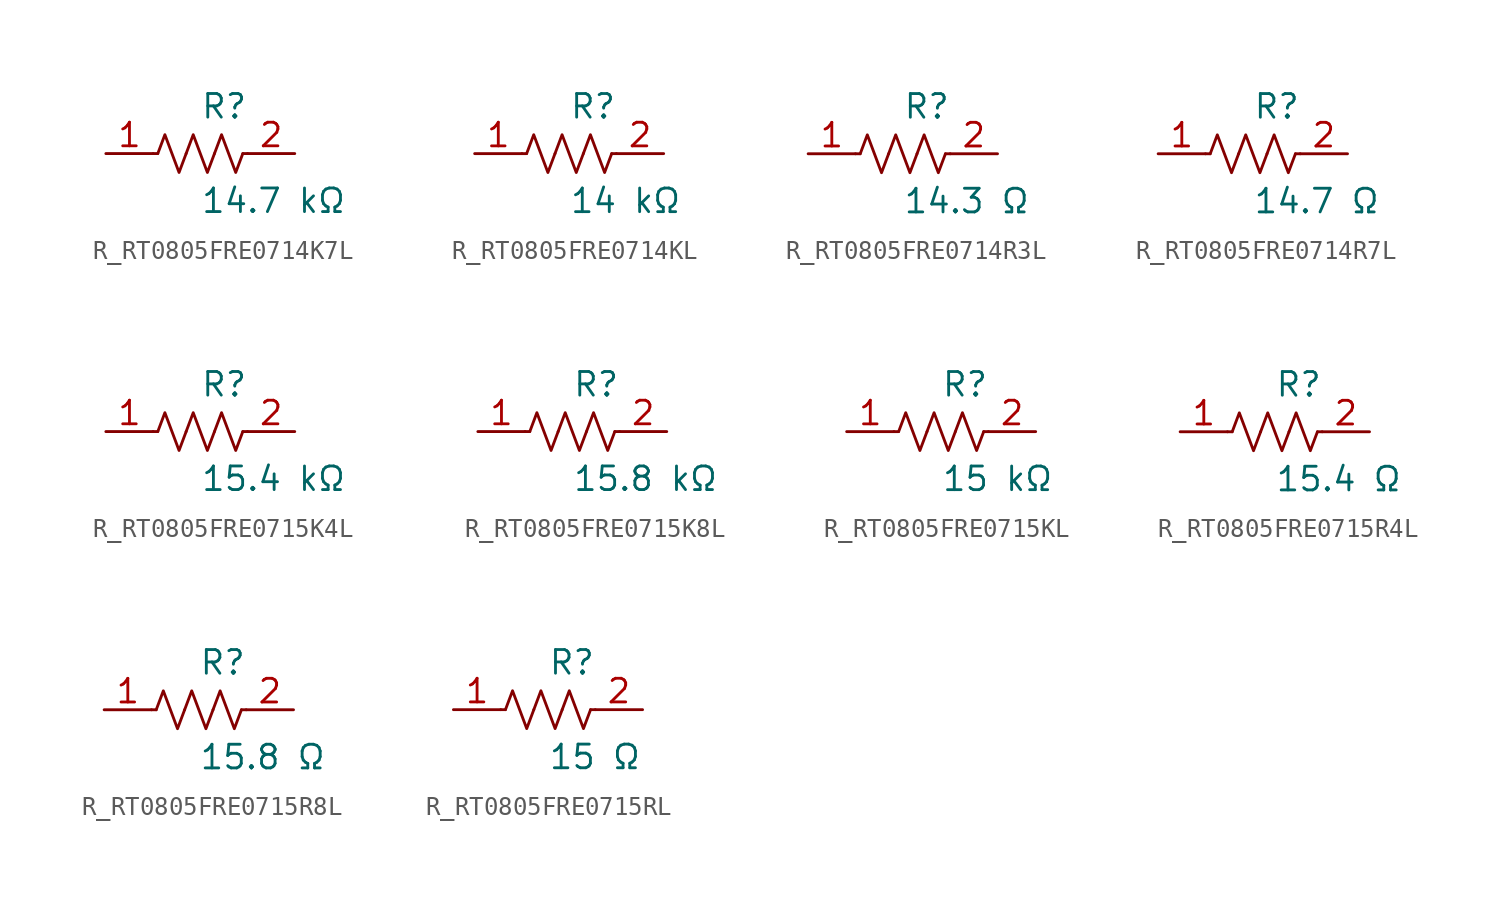
<source format=kicad_sym>
(kicad_symbol_lib
  (version 20231120)
  (generator kicad_symbol_editor)
  (generator_version 8.0)
  (symbol "R_RT0805FRE0714K7L"
    (pin_names
      (offset 0.254))
    (property "Reference" "R"
      (at 0 2.54 0)
      (effects (font (size 1.27 1.27)) (justify left)))
    (property "Value" "14.7 kΩ"
      (at 0 -2.54 0)
      (effects (font (size 1.27 1.27)) (justify left)))
    (symbol "R_RT0805FRE0714K7L_0_1"
      (polyline (pts (xy 2.286 0) (xy 2.54 0)) (stroke (width 0) (type default)) (fill (type none)))
      (polyline (pts (xy -2.286 0) (xy -2.54 0)) (stroke (width 0) (type default)) (fill (type none)))
      (polyline (pts (xy 0.762 0) (xy 1.143 1.016) (xy 1.524 0) (xy 1.905 -1.016) (xy 2.286 0)) (stroke (width 0) (type default)) (fill (type none)))
      (polyline (pts (xy -0.762 0) (xy -0.381 1.016) (xy 0 0) (xy 0.381 -1.016) (xy 0.762 0)) (stroke (width 0) (type default)) (fill (type none)))
      (polyline (pts (xy -2.286 0) (xy -1.905 1.016) (xy -1.524 0) (xy -1.143 -1.016) (xy -0.762 0)) (stroke (width 0) (type default)) (fill (type none))))
    (pin passive line
      (at -5.08 0 0)
      (length 2.54)
      (name "" (effects (font (size 1.27 1.27))))
      (number "1" (effects (font (size 1.27 1.27)))))
    (pin passive line
      (at 5.08 0 180)
      (length 2.54)
      (name "" (effects (font (size 1.27 1.27))))
      (number "2" (effects (font (size 1.27 1.27))))))
  (symbol "R_RT0805FRE0714KL"
    (pin_names
      (offset 0.254))
    (property "Reference" "R"
      (at 0 2.54 0)
      (effects (font (size 1.27 1.27)) (justify left)))
    (property "Value" "14 kΩ"
      (at 0 -2.54 0)
      (effects (font (size 1.27 1.27)) (justify left)))
    (symbol "R_RT0805FRE0714KL_0_1"
      (polyline (pts (xy 2.286 0) (xy 2.54 0)) (stroke (width 0) (type default)) (fill (type none)))
      (polyline (pts (xy -2.286 0) (xy -2.54 0)) (stroke (width 0) (type default)) (fill (type none)))
      (polyline (pts (xy 0.762 0) (xy 1.143 1.016) (xy 1.524 0) (xy 1.905 -1.016) (xy 2.286 0)) (stroke (width 0) (type default)) (fill (type none)))
      (polyline (pts (xy -0.762 0) (xy -0.381 1.016) (xy 0 0) (xy 0.381 -1.016) (xy 0.762 0)) (stroke (width 0) (type default)) (fill (type none)))
      (polyline (pts (xy -2.286 0) (xy -1.905 1.016) (xy -1.524 0) (xy -1.143 -1.016) (xy -0.762 0)) (stroke (width 0) (type default)) (fill (type none))))
    (pin passive line
      (at -5.08 0 0)
      (length 2.54)
      (name "" (effects (font (size 1.27 1.27))))
      (number "1" (effects (font (size 1.27 1.27)))))
    (pin passive line
      (at 5.08 0 180)
      (length 2.54)
      (name "" (effects (font (size 1.27 1.27))))
      (number "2" (effects (font (size 1.27 1.27))))))
  (symbol "R_RT0805FRE0714R3L"
    (pin_names
      (offset 0.254))
    (property "Reference" "R"
      (at 0 2.54 0)
      (effects (font (size 1.27 1.27)) (justify left)))
    (property "Value" "14.3 Ω"
      (at 0 -2.54 0)
      (effects (font (size 1.27 1.27)) (justify left)))
    (symbol "R_RT0805FRE0714R3L_0_1"
      (polyline (pts (xy 2.286 0) (xy 2.54 0)) (stroke (width 0) (type default)) (fill (type none)))
      (polyline (pts (xy -2.286 0) (xy -2.54 0)) (stroke (width 0) (type default)) (fill (type none)))
      (polyline (pts (xy 0.762 0) (xy 1.143 1.016) (xy 1.524 0) (xy 1.905 -1.016) (xy 2.286 0)) (stroke (width 0) (type default)) (fill (type none)))
      (polyline (pts (xy -0.762 0) (xy -0.381 1.016) (xy 0 0) (xy 0.381 -1.016) (xy 0.762 0)) (stroke (width 0) (type default)) (fill (type none)))
      (polyline (pts (xy -2.286 0) (xy -1.905 1.016) (xy -1.524 0) (xy -1.143 -1.016) (xy -0.762 0)) (stroke (width 0) (type default)) (fill (type none))))
    (pin passive line
      (at -5.08 0 0)
      (length 2.54)
      (name "" (effects (font (size 1.27 1.27))))
      (number "1" (effects (font (size 1.27 1.27)))))
    (pin passive line
      (at 5.08 0 180)
      (length 2.54)
      (name "" (effects (font (size 1.27 1.27))))
      (number "2" (effects (font (size 1.27 1.27))))))
  (symbol "R_RT0805FRE0714R7L"
    (pin_names
      (offset 0.254))
    (property "Reference" "R"
      (at 0 2.54 0)
      (effects (font (size 1.27 1.27)) (justify left)))
    (property "Value" "14.7 Ω"
      (at 0 -2.54 0)
      (effects (font (size 1.27 1.27)) (justify left)))
    (symbol "R_RT0805FRE0714R7L_0_1"
      (polyline (pts (xy 2.286 0) (xy 2.54 0)) (stroke (width 0) (type default)) (fill (type none)))
      (polyline (pts (xy -2.286 0) (xy -2.54 0)) (stroke (width 0) (type default)) (fill (type none)))
      (polyline (pts (xy 0.762 0) (xy 1.143 1.016) (xy 1.524 0) (xy 1.905 -1.016) (xy 2.286 0)) (stroke (width 0) (type default)) (fill (type none)))
      (polyline (pts (xy -0.762 0) (xy -0.381 1.016) (xy 0 0) (xy 0.381 -1.016) (xy 0.762 0)) (stroke (width 0) (type default)) (fill (type none)))
      (polyline (pts (xy -2.286 0) (xy -1.905 1.016) (xy -1.524 0) (xy -1.143 -1.016) (xy -0.762 0)) (stroke (width 0) (type default)) (fill (type none))))
    (pin passive line
      (at -5.08 0 0)
      (length 2.54)
      (name "" (effects (font (size 1.27 1.27))))
      (number "1" (effects (font (size 1.27 1.27)))))
    (pin passive line
      (at 5.08 0 180)
      (length 2.54)
      (name "" (effects (font (size 1.27 1.27))))
      (number "2" (effects (font (size 1.27 1.27))))))
  (symbol "R_RT0805FRE0715K4L"
    (pin_names
      (offset 0.254))
    (property "Reference" "R"
      (at 0 2.54 0)
      (effects (font (size 1.27 1.27)) (justify left)))
    (property "Value" "15.4 kΩ"
      (at 0 -2.54 0)
      (effects (font (size 1.27 1.27)) (justify left)))
    (symbol "R_RT0805FRE0715K4L_0_1"
      (polyline (pts (xy 2.286 0) (xy 2.54 0)) (stroke (width 0) (type default)) (fill (type none)))
      (polyline (pts (xy -2.286 0) (xy -2.54 0)) (stroke (width 0) (type default)) (fill (type none)))
      (polyline (pts (xy 0.762 0) (xy 1.143 1.016) (xy 1.524 0) (xy 1.905 -1.016) (xy 2.286 0)) (stroke (width 0) (type default)) (fill (type none)))
      (polyline (pts (xy -0.762 0) (xy -0.381 1.016) (xy 0 0) (xy 0.381 -1.016) (xy 0.762 0)) (stroke (width 0) (type default)) (fill (type none)))
      (polyline (pts (xy -2.286 0) (xy -1.905 1.016) (xy -1.524 0) (xy -1.143 -1.016) (xy -0.762 0)) (stroke (width 0) (type default)) (fill (type none))))
    (pin passive line
      (at -5.08 0 0)
      (length 2.54)
      (name "" (effects (font (size 1.27 1.27))))
      (number "1" (effects (font (size 1.27 1.27)))))
    (pin passive line
      (at 5.08 0 180)
      (length 2.54)
      (name "" (effects (font (size 1.27 1.27))))
      (number "2" (effects (font (size 1.27 1.27))))))
  (symbol "R_RT0805FRE0715K8L"
    (pin_names
      (offset 0.254))
    (property "Reference" "R"
      (at 0 2.54 0)
      (effects (font (size 1.27 1.27)) (justify left)))
    (property "Value" "15.8 kΩ"
      (at 0 -2.54 0)
      (effects (font (size 1.27 1.27)) (justify left)))
    (symbol "R_RT0805FRE0715K8L_0_1"
      (polyline (pts (xy 2.286 0) (xy 2.54 0)) (stroke (width 0) (type default)) (fill (type none)))
      (polyline (pts (xy -2.286 0) (xy -2.54 0)) (stroke (width 0) (type default)) (fill (type none)))
      (polyline (pts (xy 0.762 0) (xy 1.143 1.016) (xy 1.524 0) (xy 1.905 -1.016) (xy 2.286 0)) (stroke (width 0) (type default)) (fill (type none)))
      (polyline (pts (xy -0.762 0) (xy -0.381 1.016) (xy 0 0) (xy 0.381 -1.016) (xy 0.762 0)) (stroke (width 0) (type default)) (fill (type none)))
      (polyline (pts (xy -2.286 0) (xy -1.905 1.016) (xy -1.524 0) (xy -1.143 -1.016) (xy -0.762 0)) (stroke (width 0) (type default)) (fill (type none))))
    (pin passive line
      (at -5.08 0 0)
      (length 2.54)
      (name "" (effects (font (size 1.27 1.27))))
      (number "1" (effects (font (size 1.27 1.27)))))
    (pin passive line
      (at 5.08 0 180)
      (length 2.54)
      (name "" (effects (font (size 1.27 1.27))))
      (number "2" (effects (font (size 1.27 1.27))))))
  (symbol "R_RT0805FRE0715KL"
    (pin_names
      (offset 0.254))
    (property "Reference" "R"
      (at 0 2.54 0)
      (effects (font (size 1.27 1.27)) (justify left)))
    (property "Value" "15 kΩ"
      (at 0 -2.54 0)
      (effects (font (size 1.27 1.27)) (justify left)))
    (symbol "R_RT0805FRE0715KL_0_1"
      (polyline (pts (xy 2.286 0) (xy 2.54 0)) (stroke (width 0) (type default)) (fill (type none)))
      (polyline (pts (xy -2.286 0) (xy -2.54 0)) (stroke (width 0) (type default)) (fill (type none)))
      (polyline (pts (xy 0.762 0) (xy 1.143 1.016) (xy 1.524 0) (xy 1.905 -1.016) (xy 2.286 0)) (stroke (width 0) (type default)) (fill (type none)))
      (polyline (pts (xy -0.762 0) (xy -0.381 1.016) (xy 0 0) (xy 0.381 -1.016) (xy 0.762 0)) (stroke (width 0) (type default)) (fill (type none)))
      (polyline (pts (xy -2.286 0) (xy -1.905 1.016) (xy -1.524 0) (xy -1.143 -1.016) (xy -0.762 0)) (stroke (width 0) (type default)) (fill (type none))))
    (pin passive line
      (at -5.08 0 0)
      (length 2.54)
      (name "" (effects (font (size 1.27 1.27))))
      (number "1" (effects (font (size 1.27 1.27)))))
    (pin passive line
      (at 5.08 0 180)
      (length 2.54)
      (name "" (effects (font (size 1.27 1.27))))
      (number "2" (effects (font (size 1.27 1.27))))))
  (symbol "R_RT0805FRE0715R4L"
    (pin_names
      (offset 0.254))
    (property "Reference" "R"
      (at 0 2.54 0)
      (effects (font (size 1.27 1.27)) (justify left)))
    (property "Value" "15.4 Ω"
      (at 0 -2.54 0)
      (effects (font (size 1.27 1.27)) (justify left)))
    (symbol "R_RT0805FRE0715R4L_0_1"
      (polyline (pts (xy 2.286 0) (xy 2.54 0)) (stroke (width 0) (type default)) (fill (type none)))
      (polyline (pts (xy -2.286 0) (xy -2.54 0)) (stroke (width 0) (type default)) (fill (type none)))
      (polyline (pts (xy 0.762 0) (xy 1.143 1.016) (xy 1.524 0) (xy 1.905 -1.016) (xy 2.286 0)) (stroke (width 0) (type default)) (fill (type none)))
      (polyline (pts (xy -0.762 0) (xy -0.381 1.016) (xy 0 0) (xy 0.381 -1.016) (xy 0.762 0)) (stroke (width 0) (type default)) (fill (type none)))
      (polyline (pts (xy -2.286 0) (xy -1.905 1.016) (xy -1.524 0) (xy -1.143 -1.016) (xy -0.762 0)) (stroke (width 0) (type default)) (fill (type none))))
    (pin passive line
      (at -5.08 0 0)
      (length 2.54)
      (name "" (effects (font (size 1.27 1.27))))
      (number "1" (effects (font (size 1.27 1.27)))))
    (pin passive line
      (at 5.08 0 180)
      (length 2.54)
      (name "" (effects (font (size 1.27 1.27))))
      (number "2" (effects (font (size 1.27 1.27))))))
  (symbol "R_RT0805FRE0715R8L"
    (pin_names
      (offset 0.254))
    (property "Reference" "R"
      (at 0 2.54 0)
      (effects (font (size 1.27 1.27)) (justify left)))
    (property "Value" "15.8 Ω"
      (at 0 -2.54 0)
      (effects (font (size 1.27 1.27)) (justify left)))
    (symbol "R_RT0805FRE0715R8L_0_1"
      (polyline (pts (xy 2.286 0) (xy 2.54 0)) (stroke (width 0) (type default)) (fill (type none)))
      (polyline (pts (xy -2.286 0) (xy -2.54 0)) (stroke (width 0) (type default)) (fill (type none)))
      (polyline (pts (xy 0.762 0) (xy 1.143 1.016) (xy 1.524 0) (xy 1.905 -1.016) (xy 2.286 0)) (stroke (width 0) (type default)) (fill (type none)))
      (polyline (pts (xy -0.762 0) (xy -0.381 1.016) (xy 0 0) (xy 0.381 -1.016) (xy 0.762 0)) (stroke (width 0) (type default)) (fill (type none)))
      (polyline (pts (xy -2.286 0) (xy -1.905 1.016) (xy -1.524 0) (xy -1.143 -1.016) (xy -0.762 0)) (stroke (width 0) (type default)) (fill (type none))))
    (pin passive line
      (at -5.08 0 0)
      (length 2.54)
      (name "" (effects (font (size 1.27 1.27))))
      (number "1" (effects (font (size 1.27 1.27)))))
    (pin passive line
      (at 5.08 0 180)
      (length 2.54)
      (name "" (effects (font (size 1.27 1.27))))
      (number "2" (effects (font (size 1.27 1.27))))))
  (symbol "R_RT0805FRE0715RL"
    (pin_names
      (offset 0.254))
    (property "Reference" "R"
      (at 0 2.54 0)
      (effects (font (size 1.27 1.27)) (justify left)))
    (property "Value" "15 Ω"
      (at 0 -2.54 0)
      (effects (font (size 1.27 1.27)) (justify left)))
    (symbol "R_RT0805FRE0715RL_0_1"
      (polyline (pts (xy 2.286 0) (xy 2.54 0)) (stroke (width 0) (type default)) (fill (type none)))
      (polyline (pts (xy -2.286 0) (xy -2.54 0)) (stroke (width 0) (type default)) (fill (type none)))
      (polyline (pts (xy 0.762 0) (xy 1.143 1.016) (xy 1.524 0) (xy 1.905 -1.016) (xy 2.286 0)) (stroke (width 0) (type default)) (fill (type none)))
      (polyline (pts (xy -0.762 0) (xy -0.381 1.016) (xy 0 0) (xy 0.381 -1.016) (xy 0.762 0)) (stroke (width 0) (type default)) (fill (type none)))
      (polyline (pts (xy -2.286 0) (xy -1.905 1.016) (xy -1.524 0) (xy -1.143 -1.016) (xy -0.762 0)) (stroke (width 0) (type default)) (fill (type none))))
    (pin passive line
      (at -5.08 0 0)
      (length 2.54)
      (name "" (effects (font (size 1.27 1.27))))
      (number "1" (effects (font (size 1.27 1.27)))))
    (pin passive line
      (at 5.08 0 180)
      (length 2.54)
      (name "" (effects (font (size 1.27 1.27))))
      (number "2" (effects (font (size 1.27 1.27)))))))
</source>
